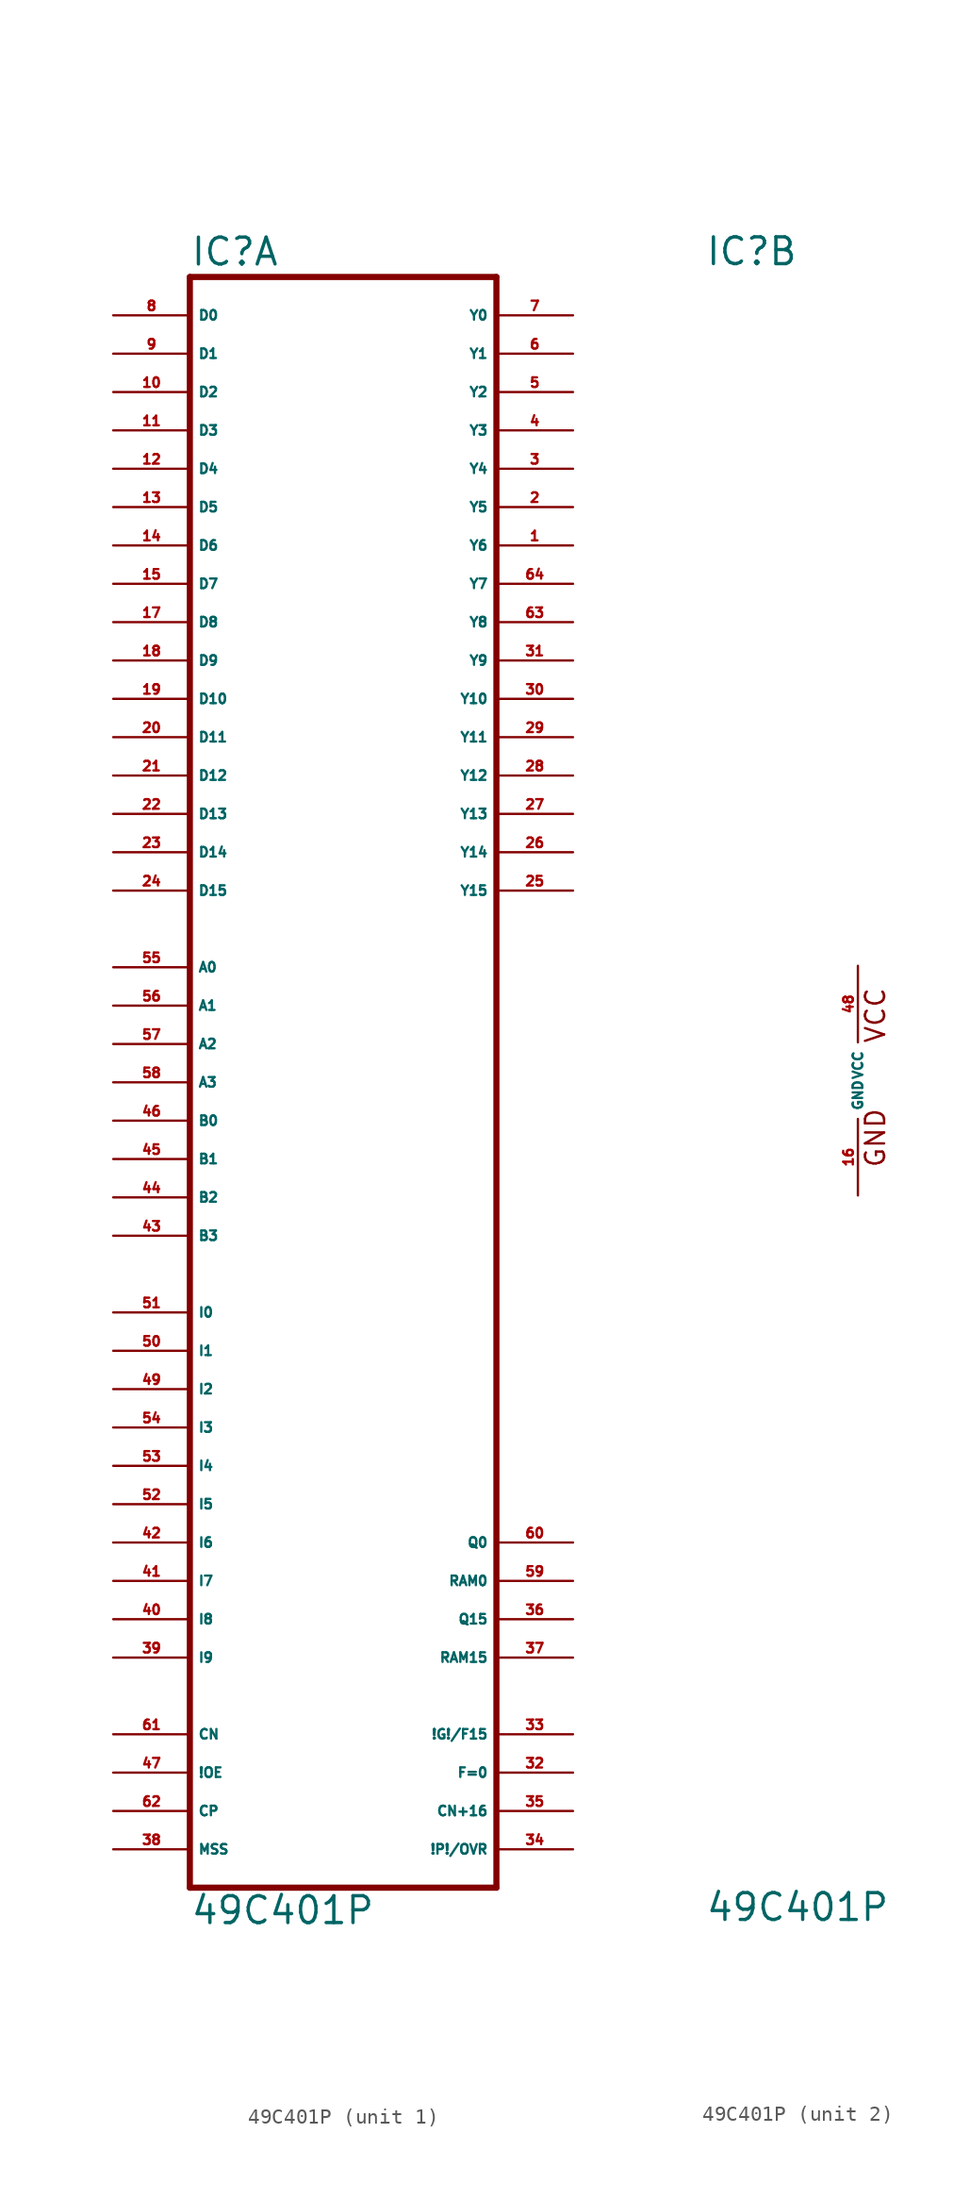
<source format=kicad_sym>
(kicad_symbol_lib
  (version 20220914)
  (generator Eagle2Kicad)
  (symbol "49C401P"
    (property "Reference" "IC"
      (at -10.16 53.975 0)
      (effects (font (size 1.778 1.778) (thickness 0.22)) (justify left bottom)))
    (property "Value" "49C401P"
      (at -10.16 -55.88 0)
      (effects (font (size 1.778 1.778) (thickness 0.22)) (justify left bottom)))
    (symbol "49C401P_1_0"
      (polyline (pts (xy -10.16 -53.34) (xy 10.16 -53.34)) (stroke (width 0.406) (type default)) (fill (type none)))
      (polyline (pts (xy 10.16 -53.34) (xy 10.16 53.34)) (stroke (width 0.406) (type default)) (fill (type none)))
      (polyline (pts (xy 10.16 53.34) (xy -10.16 53.34)) (stroke (width 0.406) (type default)) (fill (type none)))
      (polyline (pts (xy -10.16 53.34) (xy -10.16 -53.34)) (stroke (width 0.406) (type default)) (fill (type none)))
      (pin input line (at -15.24 7.62 0) (length 5.08) (name "A0" (effects (font (size 0.635 0.635) (thickness 0.08)) (justify left bottom))) (number "55" (effects (font (size 0.635 0.635) (thickness 0.08)) (justify left bottom))))
      (pin input line (at -15.24 5.08 0) (length 5.08) (name "A1" (effects (font (size 0.635 0.635) (thickness 0.08)) (justify left bottom))) (number "56" (effects (font (size 0.635 0.635) (thickness 0.08)) (justify left bottom))))
      (pin input line (at -15.24 2.54 0) (length 5.08) (name "A2" (effects (font (size 0.635 0.635) (thickness 0.08)) (justify left bottom))) (number "57" (effects (font (size 0.635 0.635) (thickness 0.08)) (justify left bottom))))
      (pin input line (at -15.24 0 0) (length 5.08) (name "A3" (effects (font (size 0.635 0.635) (thickness 0.08)) (justify left bottom))) (number "58" (effects (font (size 0.635 0.635) (thickness 0.08)) (justify left bottom))))
      (pin input line (at -15.24 -2.54 0) (length 5.08) (name "B0" (effects (font (size 0.635 0.635) (thickness 0.08)) (justify left bottom))) (number "46" (effects (font (size 0.635 0.635) (thickness 0.08)) (justify left bottom))))
      (pin input line (at -15.24 -5.08 0) (length 5.08) (name "B1" (effects (font (size 0.635 0.635) (thickness 0.08)) (justify left bottom))) (number "45" (effects (font (size 0.635 0.635) (thickness 0.08)) (justify left bottom))))
      (pin input line (at -15.24 -7.62 0) (length 5.08) (name "B2" (effects (font (size 0.635 0.635) (thickness 0.08)) (justify left bottom))) (number "44" (effects (font (size 0.635 0.635) (thickness 0.08)) (justify left bottom))))
      (pin input line (at -15.24 -10.16 0) (length 5.08) (name "B3" (effects (font (size 0.635 0.635) (thickness 0.08)) (justify left bottom))) (number "43" (effects (font (size 0.635 0.635) (thickness 0.08)) (justify left bottom))))
      (pin input line (at -15.24 50.8 0) (length 5.08) (name "D0" (effects (font (size 0.635 0.635) (thickness 0.08)) (justify left bottom))) (number "8" (effects (font (size 0.635 0.635) (thickness 0.08)) (justify left bottom))))
      (pin input line (at -15.24 48.26 0) (length 5.08) (name "D1" (effects (font (size 0.635 0.635) (thickness 0.08)) (justify left bottom))) (number "9" (effects (font (size 0.635 0.635) (thickness 0.08)) (justify left bottom))))
      (pin input line (at -15.24 45.72 0) (length 5.08) (name "D2" (effects (font (size 0.635 0.635) (thickness 0.08)) (justify left bottom))) (number "10" (effects (font (size 0.635 0.635) (thickness 0.08)) (justify left bottom))))
      (pin input line (at -15.24 43.18 0) (length 5.08) (name "D3" (effects (font (size 0.635 0.635) (thickness 0.08)) (justify left bottom))) (number "11" (effects (font (size 0.635 0.635) (thickness 0.08)) (justify left bottom))))
      (pin input line (at -15.24 40.64 0) (length 5.08) (name "D4" (effects (font (size 0.635 0.635) (thickness 0.08)) (justify left bottom))) (number "12" (effects (font (size 0.635 0.635) (thickness 0.08)) (justify left bottom))))
      (pin input line (at -15.24 38.1 0) (length 5.08) (name "D5" (effects (font (size 0.635 0.635) (thickness 0.08)) (justify left bottom))) (number "13" (effects (font (size 0.635 0.635) (thickness 0.08)) (justify left bottom))))
      (pin input line (at -15.24 35.56 0) (length 5.08) (name "D6" (effects (font (size 0.635 0.635) (thickness 0.08)) (justify left bottom))) (number "14" (effects (font (size 0.635 0.635) (thickness 0.08)) (justify left bottom))))
      (pin input line (at -15.24 33.02 0) (length 5.08) (name "D7" (effects (font (size 0.635 0.635) (thickness 0.08)) (justify left bottom))) (number "15" (effects (font (size 0.635 0.635) (thickness 0.08)) (justify left bottom))))
      (pin input line (at -15.24 30.48 0) (length 5.08) (name "D8" (effects (font (size 0.635 0.635) (thickness 0.08)) (justify left bottom))) (number "17" (effects (font (size 0.635 0.635) (thickness 0.08)) (justify left bottom))))
      (pin input line (at -15.24 27.94 0) (length 5.08) (name "D9" (effects (font (size 0.635 0.635) (thickness 0.08)) (justify left bottom))) (number "18" (effects (font (size 0.635 0.635) (thickness 0.08)) (justify left bottom))))
      (pin input line (at -15.24 25.4 0) (length 5.08) (name "D10" (effects (font (size 0.635 0.635) (thickness 0.08)) (justify left bottom))) (number "19" (effects (font (size 0.635 0.635) (thickness 0.08)) (justify left bottom))))
      (pin input line (at -15.24 22.86 0) (length 5.08) (name "D11" (effects (font (size 0.635 0.635) (thickness 0.08)) (justify left bottom))) (number "20" (effects (font (size 0.635 0.635) (thickness 0.08)) (justify left bottom))))
      (pin input line (at -15.24 20.32 0) (length 5.08) (name "D12" (effects (font (size 0.635 0.635) (thickness 0.08)) (justify left bottom))) (number "21" (effects (font (size 0.635 0.635) (thickness 0.08)) (justify left bottom))))
      (pin input line (at -15.24 17.78 0) (length 5.08) (name "D13" (effects (font (size 0.635 0.635) (thickness 0.08)) (justify left bottom))) (number "22" (effects (font (size 0.635 0.635) (thickness 0.08)) (justify left bottom))))
      (pin input line (at -15.24 15.24 0) (length 5.08) (name "D14" (effects (font (size 0.635 0.635) (thickness 0.08)) (justify left bottom))) (number "23" (effects (font (size 0.635 0.635) (thickness 0.08)) (justify left bottom))))
      (pin input line (at -15.24 12.7 0) (length 5.08) (name "D15" (effects (font (size 0.635 0.635) (thickness 0.08)) (justify left bottom))) (number "24" (effects (font (size 0.635 0.635) (thickness 0.08)) (justify left bottom))))
      (pin input line (at -15.24 -15.24 0) (length 5.08) (name "I0" (effects (font (size 0.635 0.635) (thickness 0.08)) (justify left bottom))) (number "51" (effects (font (size 0.635 0.635) (thickness 0.08)) (justify left bottom))))
      (pin input line (at -15.24 -17.78 0) (length 5.08) (name "I1" (effects (font (size 0.635 0.635) (thickness 0.08)) (justify left bottom))) (number "50" (effects (font (size 0.635 0.635) (thickness 0.08)) (justify left bottom))))
      (pin input line (at -15.24 -20.32 0) (length 5.08) (name "I2" (effects (font (size 0.635 0.635) (thickness 0.08)) (justify left bottom))) (number "49" (effects (font (size 0.635 0.635) (thickness 0.08)) (justify left bottom))))
      (pin input line (at -15.24 -22.86 0) (length 5.08) (name "I3" (effects (font (size 0.635 0.635) (thickness 0.08)) (justify left bottom))) (number "54" (effects (font (size 0.635 0.635) (thickness 0.08)) (justify left bottom))))
      (pin input line (at -15.24 -25.4 0) (length 5.08) (name "I4" (effects (font (size 0.635 0.635) (thickness 0.08)) (justify left bottom))) (number "53" (effects (font (size 0.635 0.635) (thickness 0.08)) (justify left bottom))))
      (pin input line (at -15.24 -27.94 0) (length 5.08) (name "I5" (effects (font (size 0.635 0.635) (thickness 0.08)) (justify left bottom))) (number "52" (effects (font (size 0.635 0.635) (thickness 0.08)) (justify left bottom))))
      (pin input line (at -15.24 -30.48 0) (length 5.08) (name "I6" (effects (font (size 0.635 0.635) (thickness 0.08)) (justify left bottom))) (number "42" (effects (font (size 0.635 0.635) (thickness 0.08)) (justify left bottom))))
      (pin input line (at -15.24 -33.02 0) (length 5.08) (name "I7" (effects (font (size 0.635 0.635) (thickness 0.08)) (justify left bottom))) (number "41" (effects (font (size 0.635 0.635) (thickness 0.08)) (justify left bottom))))
      (pin input line (at -15.24 -35.56 0) (length 5.08) (name "I8" (effects (font (size 0.635 0.635) (thickness 0.08)) (justify left bottom))) (number "40" (effects (font (size 0.635 0.635) (thickness 0.08)) (justify left bottom))))
      (pin input line (at -15.24 -38.1 0) (length 5.08) (name "I9" (effects (font (size 0.635 0.635) (thickness 0.08)) (justify left bottom))) (number "39" (effects (font (size 0.635 0.635) (thickness 0.08)) (justify left bottom))))
      (pin input line (at -15.24 -43.18 0) (length 5.08) (name "CN" (effects (font (size 0.635 0.635) (thickness 0.08)) (justify left bottom))) (number "61" (effects (font (size 0.635 0.635) (thickness 0.08)) (justify left bottom))))
      (pin input line (at -15.24 -45.72 0) (length 5.08) (name "!OE" (effects (font (size 0.635 0.635) (thickness 0.08)) (justify left bottom))) (number "47" (effects (font (size 0.635 0.635) (thickness 0.08)) (justify left bottom))))
      (pin input line (at -15.24 -48.26 0) (length 5.08) (name "CP" (effects (font (size 0.635 0.635) (thickness 0.08)) (justify left bottom))) (number "62" (effects (font (size 0.635 0.635) (thickness 0.08)) (justify left bottom))))
      (pin input line (at -15.24 -50.8 0) (length 5.08) (name "MSS" (effects (font (size 0.635 0.635) (thickness 0.08)) (justify left bottom))) (number "38" (effects (font (size 0.635 0.635) (thickness 0.08)) (justify left bottom))))
      (pin output line (at 15.24 50.8 180) (length 5.08) (name "Y0" (effects (font (size 0.635 0.635) (thickness 0.08)) (justify left bottom))) (number "7" (effects (font (size 0.635 0.635) (thickness 0.08)) (justify left bottom))))
      (pin output line (at 15.24 48.26 180) (length 5.08) (name "Y1" (effects (font (size 0.635 0.635) (thickness 0.08)) (justify left bottom))) (number "6" (effects (font (size 0.635 0.635) (thickness 0.08)) (justify left bottom))))
      (pin output line (at 15.24 45.72 180) (length 5.08) (name "Y2" (effects (font (size 0.635 0.635) (thickness 0.08)) (justify left bottom))) (number "5" (effects (font (size 0.635 0.635) (thickness 0.08)) (justify left bottom))))
      (pin output line (at 15.24 43.18 180) (length 5.08) (name "Y3" (effects (font (size 0.635 0.635) (thickness 0.08)) (justify left bottom))) (number "4" (effects (font (size 0.635 0.635) (thickness 0.08)) (justify left bottom))))
      (pin output line (at 15.24 40.64 180) (length 5.08) (name "Y4" (effects (font (size 0.635 0.635) (thickness 0.08)) (justify left bottom))) (number "3" (effects (font (size 0.635 0.635) (thickness 0.08)) (justify left bottom))))
      (pin output line (at 15.24 38.1 180) (length 5.08) (name "Y5" (effects (font (size 0.635 0.635) (thickness 0.08)) (justify left bottom))) (number "2" (effects (font (size 0.635 0.635) (thickness 0.08)) (justify left bottom))))
      (pin output line (at 15.24 35.56 180) (length 5.08) (name "Y6" (effects (font (size 0.635 0.635) (thickness 0.08)) (justify left bottom))) (number "1" (effects (font (size 0.635 0.635) (thickness 0.08)) (justify left bottom))))
      (pin output line (at 15.24 33.02 180) (length 5.08) (name "Y7" (effects (font (size 0.635 0.635) (thickness 0.08)) (justify left bottom))) (number "64" (effects (font (size 0.635 0.635) (thickness 0.08)) (justify left bottom))))
      (pin output line (at 15.24 30.48 180) (length 5.08) (name "Y8" (effects (font (size 0.635 0.635) (thickness 0.08)) (justify left bottom))) (number "63" (effects (font (size 0.635 0.635) (thickness 0.08)) (justify left bottom))))
      (pin output line (at 15.24 27.94 180) (length 5.08) (name "Y9" (effects (font (size 0.635 0.635) (thickness 0.08)) (justify left bottom))) (number "31" (effects (font (size 0.635 0.635) (thickness 0.08)) (justify left bottom))))
      (pin output line (at 15.24 25.4 180) (length 5.08) (name "Y10" (effects (font (size 0.635 0.635) (thickness 0.08)) (justify left bottom))) (number "30" (effects (font (size 0.635 0.635) (thickness 0.08)) (justify left bottom))))
      (pin output line (at 15.24 22.86 180) (length 5.08) (name "Y11" (effects (font (size 0.635 0.635) (thickness 0.08)) (justify left bottom))) (number "29" (effects (font (size 0.635 0.635) (thickness 0.08)) (justify left bottom))))
      (pin output line (at 15.24 20.32 180) (length 5.08) (name "Y12" (effects (font (size 0.635 0.635) (thickness 0.08)) (justify left bottom))) (number "28" (effects (font (size 0.635 0.635) (thickness 0.08)) (justify left bottom))))
      (pin output line (at 15.24 17.78 180) (length 5.08) (name "Y13" (effects (font (size 0.635 0.635) (thickness 0.08)) (justify left bottom))) (number "27" (effects (font (size 0.635 0.635) (thickness 0.08)) (justify left bottom))))
      (pin output line (at 15.24 15.24 180) (length 5.08) (name "Y14" (effects (font (size 0.635 0.635) (thickness 0.08)) (justify left bottom))) (number "26" (effects (font (size 0.635 0.635) (thickness 0.08)) (justify left bottom))))
      (pin output line (at 15.24 12.7 180) (length 5.08) (name "Y15" (effects (font (size 0.635 0.635) (thickness 0.08)) (justify left bottom))) (number "25" (effects (font (size 0.635 0.635) (thickness 0.08)) (justify left bottom))))
      (pin output line (at 15.24 -50.8 180) (length 5.08) (name "!P!/OVR" (effects (font (size 0.635 0.635) (thickness 0.08)) (justify left bottom))) (number "34" (effects (font (size 0.635 0.635) (thickness 0.08)) (justify left bottom))))
      (pin output line (at 15.24 -48.26 180) (length 5.08) (name "CN+16" (effects (font (size 0.635 0.635) (thickness 0.08)) (justify left bottom))) (number "35" (effects (font (size 0.635 0.635) (thickness 0.08)) (justify left bottom))))
      (pin output line (at 15.24 -45.72 180) (length 5.08) (name "F=0" (effects (font (size 0.635 0.635) (thickness 0.08)) (justify left bottom))) (number "32" (effects (font (size 0.635 0.635) (thickness 0.08)) (justify left bottom))))
      (pin output line (at 15.24 -43.18 180) (length 5.08) (name "!G!/F15" (effects (font (size 0.635 0.635) (thickness 0.08)) (justify left bottom))) (number "33" (effects (font (size 0.635 0.635) (thickness 0.08)) (justify left bottom))))
      (pin bidirectional line (at 15.24 -38.1 180) (length 5.08) (name "RAM15" (effects (font (size 0.635 0.635) (thickness 0.08)) (justify left bottom))) (number "37" (effects (font (size 0.635 0.635) (thickness 0.08)) (justify left bottom))))
      (pin bidirectional line (at 15.24 -35.56 180) (length 5.08) (name "Q15" (effects (font (size 0.635 0.635) (thickness 0.08)) (justify left bottom))) (number "36" (effects (font (size 0.635 0.635) (thickness 0.08)) (justify left bottom))))
      (pin bidirectional line (at 15.24 -33.02 180) (length 5.08) (name "RAM0" (effects (font (size 0.635 0.635) (thickness 0.08)) (justify left bottom))) (number "59" (effects (font (size 0.635 0.635) (thickness 0.08)) (justify left bottom))))
      (pin bidirectional line (at 15.24 -30.48 180) (length 5.08) (name "Q0" (effects (font (size 0.635 0.635) (thickness 0.08)) (justify left bottom))) (number "60" (effects (font (size 0.635 0.635) (thickness 0.08)) (justify left bottom)))))
    (symbol "49C401P_2_0"
      (text "GND" (at 1.905 -5.842 900) (effects (font (size 1.27 1.27) (thickness 0.16)) (justify left bottom)))
      (text "VCC" (at 1.905 2.413 900) (effects (font (size 1.27 1.27) (thickness 0.16)) (justify left bottom)))
      (pin unspecified line (at 0 7.62 270) (length 5.08) (name "VCC" (effects (font (size 0.635 0.635) (thickness 0.08)) (justify left bottom))) (number "48" (effects (font (size 0.635 0.635) (thickness 0.08)) (justify left bottom))))
      (pin unspecified line (at 0 -7.62 90) (length 5.08) (name "GND" (effects (font (size 0.635 0.635) (thickness 0.08)) (justify left bottom))) (number "16" (effects (font (size 0.635 0.635) (thickness 0.08)) (justify left bottom)))))))
</source>
